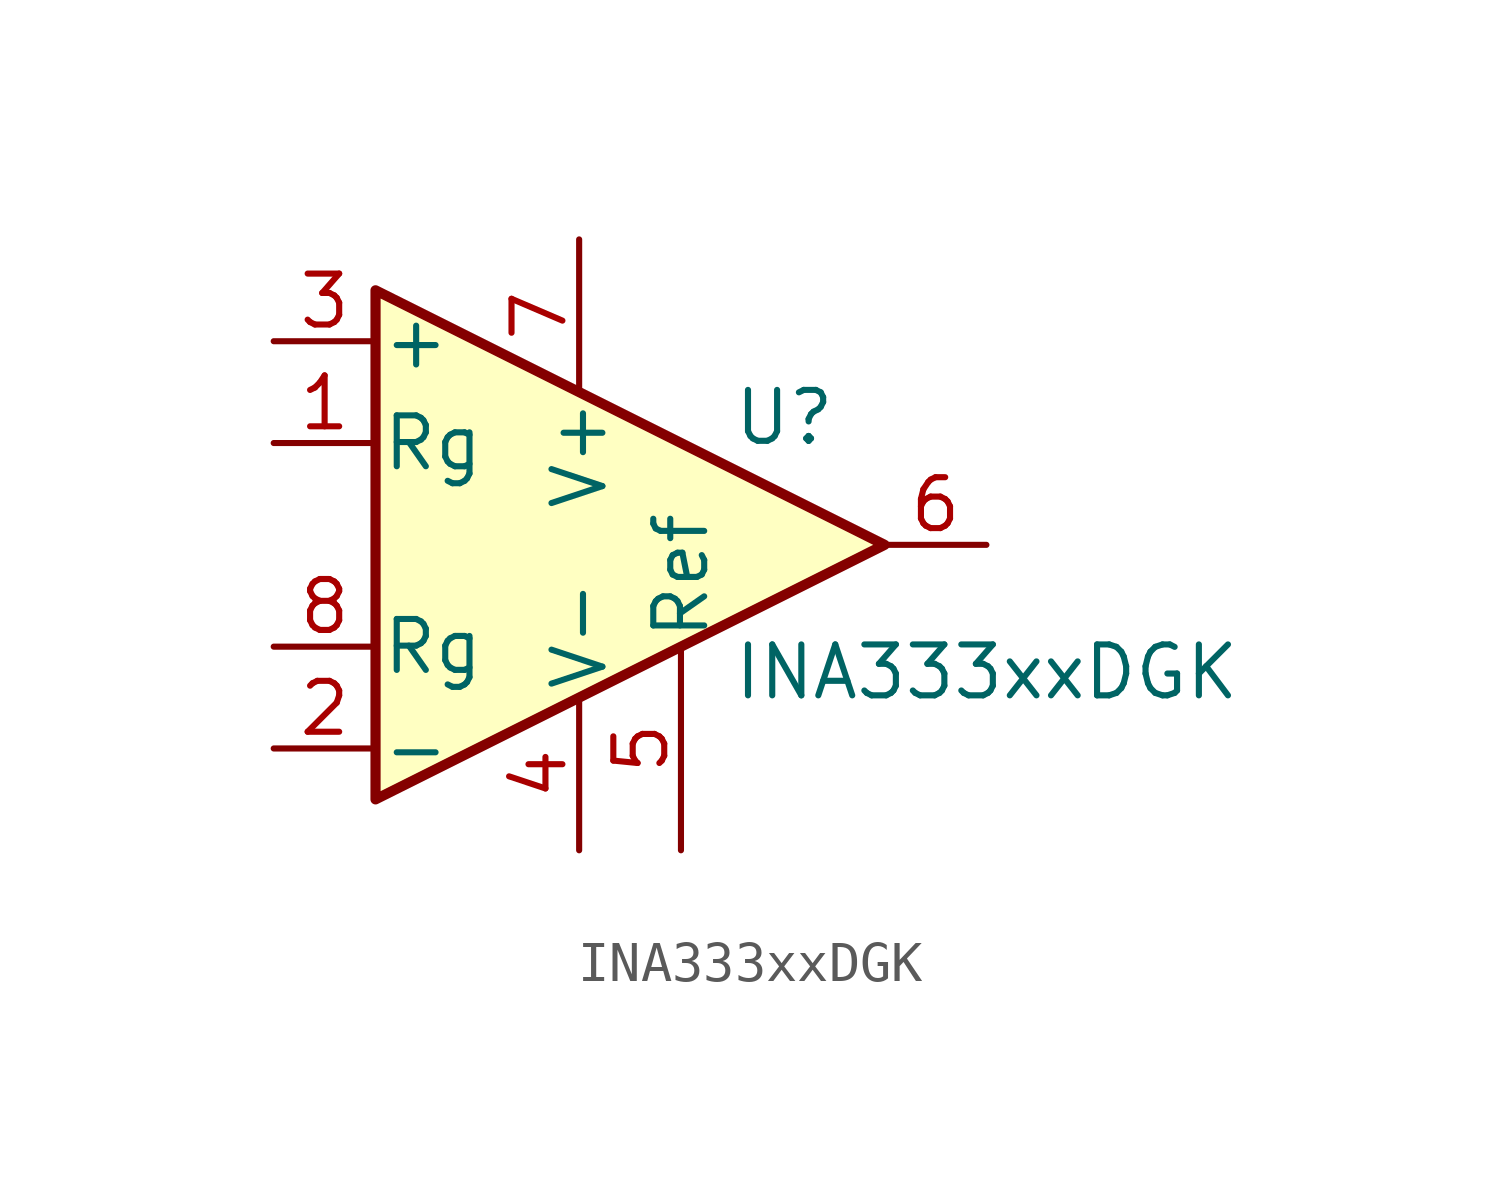
<source format=kicad_sym>
(kicad_symbol_lib
  (version 20220914)
  (generator kicad_symbol_editor)
  (symbol "INA333xxDGK"
    (pin_names
      (offset 0.127))
    (property "Reference" "U"
      (at 3.81 3.175 0)
      (effects (font (size 1.27 1.27)) (justify left)))
    (property "Value" "INA333xxDGK"
      (at 3.81 -3.175 0)
      (effects (font (size 1.27 1.27)) (justify left)))
    (symbol "INA333xxDGK_0_1"
      (polyline (pts (xy 7.62 0) (xy -5.08 6.35) (xy -5.08 -6.35) (xy 7.62 0)) (stroke (width 0.254) (type default)) (fill (type background))))
    (symbol "INA333xxDGK_1_1"
      (pin passive line (at -7.62 2.54 0) (length 2.54) (name "Rg" (effects (font (size 1.27 1.27)))) (number "1" (effects (font (size 1.27 1.27)))))
      (pin input line (at -7.62 -5.08 0) (length 2.54) (name "-" (effects (font (size 1.27 1.27)))) (number "2" (effects (font (size 1.27 1.27)))))
      (pin input line (at -7.62 5.08 0) (length 2.54) (name "+" (effects (font (size 1.27 1.27)))) (number "3" (effects (font (size 1.27 1.27)))))
      (pin power_in line (at 0 -7.62 90) (length 3.81) (name "V-" (effects (font (size 1.27 1.27)))) (number "4" (effects (font (size 1.27 1.27)))))
      (pin input line (at 2.54 -7.62 90) (length 5.08) (name "Ref" (effects (font (size 1.27 1.27)))) (number "5" (effects (font (size 1.27 1.27)))))
      (pin output line (at 10.16 0 180) (length 2.54) (name "~" (effects (font (size 1.27 1.27)))) (number "6" (effects (font (size 1.27 1.27)))))
      (pin power_in line (at 0 7.62 270) (length 3.81) (name "V+" (effects (font (size 1.27 1.27)))) (number "7" (effects (font (size 1.27 1.27)))))
      (pin passive line (at -7.62 -2.54 0) (length 2.54) (name "Rg" (effects (font (size 1.27 1.27)))) (number "8" (effects (font (size 1.27 1.27))))))))
</source>
